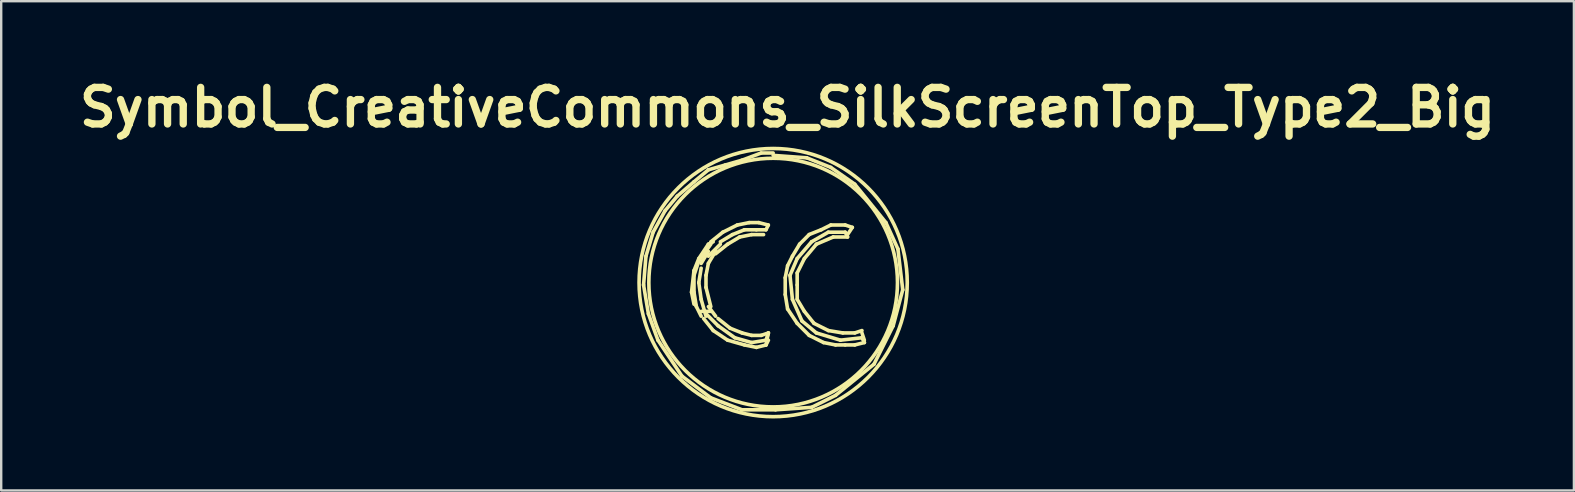
<source format=kicad_pcb>
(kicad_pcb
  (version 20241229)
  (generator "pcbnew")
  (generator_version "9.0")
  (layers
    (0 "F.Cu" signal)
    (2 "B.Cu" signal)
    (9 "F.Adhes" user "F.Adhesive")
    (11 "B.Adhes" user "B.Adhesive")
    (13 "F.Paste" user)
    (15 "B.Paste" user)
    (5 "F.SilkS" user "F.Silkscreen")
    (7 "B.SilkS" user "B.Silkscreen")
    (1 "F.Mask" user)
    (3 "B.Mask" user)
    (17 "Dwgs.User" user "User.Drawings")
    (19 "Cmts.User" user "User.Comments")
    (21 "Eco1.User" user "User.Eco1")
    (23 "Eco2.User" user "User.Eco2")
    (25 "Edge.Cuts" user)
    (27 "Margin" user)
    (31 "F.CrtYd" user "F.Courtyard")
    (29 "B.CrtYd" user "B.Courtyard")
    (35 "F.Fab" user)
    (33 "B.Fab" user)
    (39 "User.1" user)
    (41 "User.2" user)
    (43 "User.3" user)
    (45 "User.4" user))
  (footprint "Symbol_CreativeCommons_SilkScreenTop_Type2_Big"
    (layer "F.Cu")
    (at 29.169 8.726)
    (property "Reference" "Symbol_CreativeCommons_SilkScreenTop_Type2_Big" (at 0.599 -7.3 0) (layer "F.SilkS") (effects (font (size 1.524 1.524) (thickness 0.305))))
    (attr through_hole)
    (fp_line (start -5.4 0.099) (end -5.199 1.3) (stroke (width 0.15) (type solid)) (layer "F.SilkS"))
    (fp_line (start -5.301 -1.1) (end -5.4 0.099) (stroke (width 0.15) (type solid)) (layer "F.SilkS"))
    (fp_line (start -5.199 1.3) (end -4.801 2.4) (stroke (width 0.15) (type solid)) (layer "F.SilkS"))
    (fp_line (start -5.001 -2.101) (end -5.301 -1.1) (stroke (width 0.15) (type solid)) (layer "F.SilkS"))
    (fp_line (start -4.801 2.4) (end -3.8 3.899) (stroke (width 0.15) (type solid)) (layer "F.SilkS"))
    (fp_line (start -4.501 -3) (end -5.001 -2.101) (stroke (width 0.15) (type solid)) (layer "F.SilkS"))
    (fp_line (start -4 -3.599) (end -4.501 -3) (stroke (width 0.15) (type solid)) (layer "F.SilkS"))
    (fp_line (start -3.8 3.899) (end -2.601 4.801) (stroke (width 0.15) (type solid)) (layer "F.SilkS"))
    (fp_line (start -3.401 0.399) (end -3.299 0.899) (stroke (width 0.15) (type solid)) (layer "F.SilkS"))
    (fp_line (start -3.299 -4.201) (end -4 -3.599) (stroke (width 0.15) (type solid)) (layer "F.SilkS"))
    (fp_line (start -3.299 -0.5) (end -3.401 0.399) (stroke (width 0.15) (type solid)) (layer "F.SilkS"))
    (fp_line (start -3.299 -0.3) (end -3.299 0.401) (stroke (width 0.15) (type solid)) (layer "F.SilkS"))
    (fp_line (start -3.299 0.401) (end -3.2 1.001) (stroke (width 0.15) (type solid)) (layer "F.SilkS"))
    (fp_line (start -3.299 0.8) (end -3 1.4) (stroke (width 0.15) (type solid)) (layer "F.SilkS"))
    (fp_line (start -3.099 -1.001) (end -3.299 -0.5) (stroke (width 0.15) (type solid)) (layer "F.SilkS"))
    (fp_line (start -3.099 -0.899) (end -3.299 -0.3) (stroke (width 0.15) (type solid)) (layer "F.SilkS"))
    (fp_line (start -3.099 0) (end -3 -0.599) (stroke (width 0.15) (type solid)) (layer "F.SilkS"))
    (fp_line (start -3 -0.8) (end -2.7 -1.3) (stroke (width 0.15) (type solid)) (layer "F.SilkS"))
    (fp_line (start -3 0.701) (end -3.099 0) (stroke (width 0.15) (type solid)) (layer "F.SilkS"))
    (fp_line (start -2.997 1.199) (end -2.598 1.199) (stroke (width 0.15) (type solid)) (layer "F.SilkS"))
    (fp_line (start -2.898 1.499) (end -2.497 1.999) (stroke (width 0.15) (type solid)) (layer "F.SilkS"))
    (fp_line (start -2.799 -0.3) (end -2.799 0.201) (stroke (width 0.15) (type solid)) (layer "F.SilkS"))
    (fp_line (start -2.799 0.201) (end -2.598 1.001) (stroke (width 0.15) (type solid)) (layer "F.SilkS"))
    (fp_line (start -2.799 1.4) (end -3 0.701) (stroke (width 0.15) (type solid)) (layer "F.SilkS"))
    (fp_line (start -2.7 -4.699) (end -3.299 -4.201) (stroke (width 0.15) (type solid)) (layer "F.SilkS"))
    (fp_line (start -2.7 -1.6) (end -3.099 -1.001) (stroke (width 0.15) (type solid)) (layer "F.SilkS"))
    (fp_line (start -2.7 -1.1) (end -2.2 -1.6) (stroke (width 0.15) (type solid)) (layer "F.SilkS"))
    (fp_line (start -2.7 -0.8) (end -2.799 -0.3) (stroke (width 0.15) (type solid)) (layer "F.SilkS"))
    (fp_line (start -2.697 1.001) (end -2.398 1.4) (stroke (width 0.15) (type solid)) (layer "F.SilkS"))
    (fp_line (start -2.601 4.801) (end -1.3 5.301) (stroke (width 0.15) (type solid)) (layer "F.SilkS"))
    (fp_line (start -2.598 -1.6) (end -3.099 -0.899) (stroke (width 0.15) (type solid)) (layer "F.SilkS"))
    (fp_line (start -2.499 -1.699) (end -2.7 -1.6) (stroke (width 0.15) (type solid)) (layer "F.SilkS"))
    (fp_line (start -2.497 1.999) (end -1.897 2.4) (stroke (width 0.15) (type solid)) (layer "F.SilkS"))
    (fp_line (start -2.4 -1.3) (end -2.7 -0.8) (stroke (width 0.15) (type solid)) (layer "F.SilkS"))
    (fp_line (start -2.296 1.499) (end -1.796 1.9) (stroke (width 0.15) (type solid)) (layer "F.SilkS"))
    (fp_line (start -2.296 1.798) (end -2.797 1.298) (stroke (width 0.15) (type solid)) (layer "F.SilkS"))
    (fp_line (start -2.2 -1.699) (end -1.699 -1.999) (stroke (width 0.15) (type solid)) (layer "F.SilkS"))
    (fp_line (start -2.101 -2.098) (end -2.598 -1.699) (stroke (width 0.15) (type solid)) (layer "F.SilkS"))
    (fp_line (start -1.999 -4.9) (end -2.7 -4.699) (stroke (width 0.15) (type solid)) (layer "F.SilkS"))
    (fp_line (start -1.9 -1.598) (end -2.4 -1.199) (stroke (width 0.15) (type solid)) (layer "F.SilkS"))
    (fp_line (start -1.897 2.4) (end -1.196 2.598) (stroke (width 0.15) (type solid)) (layer "F.SilkS"))
    (fp_line (start -1.796 1.9) (end -1.298 2.098) (stroke (width 0.15) (type solid)) (layer "F.SilkS"))
    (fp_line (start -1.699 -1.999) (end -1.199 -2.2) (stroke (width 0.15) (type solid)) (layer "F.SilkS"))
    (fp_line (start -1.598 2.299) (end -2.296 1.798) (stroke (width 0.15) (type solid)) (layer "F.SilkS"))
    (fp_line (start -1.499 -2.398) (end -2.101 -2.098) (stroke (width 0.15) (type solid)) (layer "F.SilkS"))
    (fp_line (start -1.4 -1.897) (end -1.9 -1.598) (stroke (width 0.15) (type solid)) (layer "F.SilkS"))
    (fp_line (start -1.3 -5.1) (end -1.999 -4.9) (stroke (width 0.15) (type solid)) (layer "F.SilkS"))
    (fp_line (start -1.3 5.301) (end 0.099 5.301) (stroke (width 0.15) (type solid)) (layer "F.SilkS"))
    (fp_line (start -1.298 2.098) (end -0.897 2.2) (stroke (width 0.15) (type solid)) (layer "F.SilkS"))
    (fp_line (start -1.199 -2.2) (end -0.699 -2.2) (stroke (width 0.15) (type solid)) (layer "F.SilkS"))
    (fp_line (start -1.196 2.598) (end -0.696 2.7) (stroke (width 0.15) (type solid)) (layer "F.SilkS"))
    (fp_line (start -1.001 -2.499) (end -1.499 -2.398) (stroke (width 0.15) (type solid)) (layer "F.SilkS"))
    (fp_line (start -0.899 -1.999) (end -1.4 -1.897) (stroke (width 0.15) (type solid)) (layer "F.SilkS"))
    (fp_line (start -0.897 2.2) (end -0.498 2.2) (stroke (width 0.15) (type solid)) (layer "F.SilkS"))
    (fp_line (start -0.897 2.499) (end -1.598 2.299) (stroke (width 0.15) (type solid)) (layer "F.SilkS"))
    (fp_line (start -0.701 2.7) (end -0.3 2.601) (stroke (width 0.15) (type solid)) (layer "F.SilkS"))
    (fp_line (start -0.699 -2.2) (end -0.3 -2.2) (stroke (width 0.15) (type solid)) (layer "F.SilkS"))
    (fp_line (start -0.599 -2.499) (end -1.001 -2.499) (stroke (width 0.15) (type solid)) (layer "F.SilkS"))
    (fp_line (start -0.5 -5.4) (end -1.3 -5.1) (stroke (width 0.15) (type solid)) (layer "F.SilkS"))
    (fp_line (start -0.498 2.2) (end -0.198 2.098) (stroke (width 0.15) (type solid)) (layer "F.SilkS"))
    (fp_line (start -0.399 -1.999) (end -0.899 -1.999) (stroke (width 0.15) (type solid)) (layer "F.SilkS"))
    (fp_line (start -0.3 -2.2) (end -0.201 -2.398) (stroke (width 0.15) (type solid)) (layer "F.SilkS"))
    (fp_line (start -0.3 2.601) (end -0.201 2.101) (stroke (width 0.15) (type solid)) (layer "F.SilkS"))
    (fp_line (start -0.297 2.4) (end -0.897 2.499) (stroke (width 0.15) (type solid)) (layer "F.SilkS"))
    (fp_line (start -0.201 -2.398) (end -0.599 -2.499) (stroke (width 0.15) (type solid)) (layer "F.SilkS"))
    (fp_line (start -0.198 2.098) (end -0.297 2.4) (stroke (width 0.15) (type solid)) (layer "F.SilkS"))
    (fp_line (start -0.198 2.4) (end -0.297 2.598) (stroke (width 0.15) (type solid)) (layer "F.SilkS"))
    (fp_line (start 0 -5.4) (end -0.5 -5.4) (stroke (width 0.15) (type solid)) (layer "F.SilkS"))
    (fp_line (start 0.099 5.301) (end 1.6 5.199) (stroke (width 0.15) (type solid)) (layer "F.SilkS"))
    (fp_line (start 0.503 -0.201) (end 0.503 0.498) (stroke (width 0.15) (type solid)) (layer "F.SilkS"))
    (fp_line (start 0.503 0.498) (end 0.602 1.1) (stroke (width 0.15) (type solid)) (layer "F.SilkS"))
    (fp_line (start 0.602 -0.701) (end 0.503 -0.201) (stroke (width 0.15) (type solid)) (layer "F.SilkS"))
    (fp_line (start 0.602 1.1) (end 1.001 1.699) (stroke (width 0.15) (type solid)) (layer "F.SilkS"))
    (fp_line (start 0.701 -0.3) (end 1.001 -1.001) (stroke (width 0.15) (type solid)) (layer "F.SilkS"))
    (fp_line (start 0.803 -1.1) (end 0.602 -0.701) (stroke (width 0.15) (type solid)) (layer "F.SilkS"))
    (fp_line (start 0.803 0.699) (end 0.701 -0.3) (stroke (width 0.15) (type solid)) (layer "F.SilkS"))
    (fp_line (start 1.001 -1.001) (end 1.603 -1.702) (stroke (width 0.15) (type solid)) (layer "F.SilkS"))
    (fp_line (start 1.001 -0.401) (end 1.001 0.099) (stroke (width 0.15) (type solid)) (layer "F.SilkS"))
    (fp_line (start 1.001 0.099) (end 1.001 0.699) (stroke (width 0.15) (type solid)) (layer "F.SilkS"))
    (fp_line (start 1.001 0.699) (end 1.3 1.199) (stroke (width 0.15) (type solid)) (layer "F.SilkS"))
    (fp_line (start 1.001 1.699) (end 1.501 2.2) (stroke (width 0.15) (type solid)) (layer "F.SilkS"))
    (fp_line (start 1.102 -1.6) (end 0.803 -1.1) (stroke (width 0.15) (type solid)) (layer "F.SilkS"))
    (fp_line (start 1.201 1.6) (end 0.803 0.699) (stroke (width 0.15) (type solid)) (layer "F.SilkS"))
    (fp_line (start 1.3 -1.001) (end 1.001 -0.401) (stroke (width 0.15) (type solid)) (layer "F.SilkS"))
    (fp_line (start 1.3 1.199) (end 1.702 1.699) (stroke (width 0.15) (type solid)) (layer "F.SilkS"))
    (fp_line (start 1.4 -5.199) (end 0 -5.301) (stroke (width 0.15) (type solid)) (layer "F.SilkS"))
    (fp_line (start 1.501 -2.002) (end 1.102 -1.6) (stroke (width 0.15) (type solid)) (layer "F.SilkS"))
    (fp_line (start 1.501 2.2) (end 2.101 2.499) (stroke (width 0.15) (type solid)) (layer "F.SilkS"))
    (fp_line (start 1.6 5.199) (end 2.601 4.699) (stroke (width 0.15) (type solid)) (layer "F.SilkS"))
    (fp_line (start 1.603 -1.702) (end 2.301 -2.101) (stroke (width 0.15) (type solid)) (layer "F.SilkS"))
    (fp_line (start 1.702 1.699) (end 2.301 1.999) (stroke (width 0.15) (type solid)) (layer "F.SilkS"))
    (fp_line (start 1.801 -1.6) (end 1.3 -1.001) (stroke (width 0.15) (type solid)) (layer "F.SilkS"))
    (fp_line (start 1.801 2.098) (end 1.201 1.6) (stroke (width 0.15) (type solid)) (layer "F.SilkS"))
    (fp_line (start 2.002 -2.202) (end 1.501 -2.002) (stroke (width 0.15) (type solid)) (layer "F.SilkS"))
    (fp_line (start 2.101 2.499) (end 2.601 2.598) (stroke (width 0.15) (type solid)) (layer "F.SilkS"))
    (fp_line (start 2.301 -2.101) (end 3.002 -2.101) (stroke (width 0.15) (type solid)) (layer "F.SilkS"))
    (fp_line (start 2.301 1.999) (end 2.901 2.098) (stroke (width 0.15) (type solid)) (layer "F.SilkS"))
    (fp_line (start 2.4 -4.801) (end 1.4 -5.199) (stroke (width 0.15) (type solid)) (layer "F.SilkS"))
    (fp_line (start 2.403 -2.4) (end 2.002 -2.202) (stroke (width 0.15) (type solid)) (layer "F.SilkS"))
    (fp_line (start 2.502 -1.9) (end 1.801 -1.6) (stroke (width 0.15) (type solid)) (layer "F.SilkS"))
    (fp_line (start 2.601 2.598) (end 3.002 2.598) (stroke (width 0.15) (type solid)) (layer "F.SilkS"))
    (fp_line (start 2.601 4.699) (end 4.201 3.401) (stroke (width 0.15) (type solid)) (layer "F.SilkS"))
    (fp_line (start 2.802 2.4) (end 1.801 2.098) (stroke (width 0.15) (type solid)) (layer "F.SilkS"))
    (fp_line (start 2.901 2.098) (end 3.401 2.098) (stroke (width 0.15) (type solid)) (layer "F.SilkS"))
    (fp_line (start 3 -2.4) (end 3.299 -2.301) (stroke (width 0.15) (type solid)) (layer "F.SilkS"))
    (fp_line (start 3.002 -2.4) (end 2.403 -2.4) (stroke (width 0.15) (type solid)) (layer "F.SilkS"))
    (fp_line (start 3.002 -2.101) (end 3.101 -1.9) (stroke (width 0.15) (type solid)) (layer "F.SilkS"))
    (fp_line (start 3.002 2.598) (end 3.401 2.598) (stroke (width 0.15) (type solid)) (layer "F.SilkS"))
    (fp_line (start 3.101 -1.9) (end 2.502 -1.9) (stroke (width 0.15) (type solid)) (layer "F.SilkS"))
    (fp_line (start 3.299 -2.301) (end 3.099 -1.999) (stroke (width 0.15) (type solid)) (layer "F.SilkS"))
    (fp_line (start 3.401 -4.1) (end 2.4 -4.801) (stroke (width 0.15) (type solid)) (layer "F.SilkS"))
    (fp_line (start 3.401 2.098) (end 3.701 1.999) (stroke (width 0.15) (type solid)) (layer "F.SilkS"))
    (fp_line (start 3.401 2.598) (end 3.802 2.499) (stroke (width 0.15) (type solid)) (layer "F.SilkS"))
    (fp_line (start 3.701 2.101) (end 3.8 2.4) (stroke (width 0.15) (type solid)) (layer "F.SilkS"))
    (fp_line (start 3.701 2.299) (end 2.802 2.4) (stroke (width 0.15) (type solid)) (layer "F.SilkS"))
    (fp_line (start 3.802 2.499) (end 3.701 2.299) (stroke (width 0.15) (type solid)) (layer "F.SilkS"))
    (fp_line (start 4.201 3.401) (end 5.001 1.801) (stroke (width 0.15) (type solid)) (layer "F.SilkS"))
    (fp_line (start 4.699 -2.499) (end 3.401 -4.1) (stroke (width 0.15) (type solid)) (layer "F.SilkS"))
    (fp_line (start 5.001 1.801) (end 5.4 0.3) (stroke (width 0.15) (type solid)) (layer "F.SilkS"))
    (fp_line (start 5.199 -1.4) (end 4.699 -2.499) (stroke (width 0.15) (type solid)) (layer "F.SilkS"))
    (fp_line (start 5.4 0.3) (end 5.199 -1.4) (stroke (width 0.15) (type solid)) (layer "F.SilkS"))
    (fp_circle (center 0 0) (end 5.08 1.016) (stroke (width 0.15) (type solid)) (fill no) (layer "F.SilkS"))
    (fp_circle (center 0 0) (end 5.588 0) (stroke (width 0.15) (type solid)) (fill no) (layer "F.SilkS")))
  (gr_rect
    (start -3 -3)
    (end 62.538 17.389)
    (stroke (width 0.1) (type default))
    (fill no)
    (layer "Edge.Cuts")))
</source>
